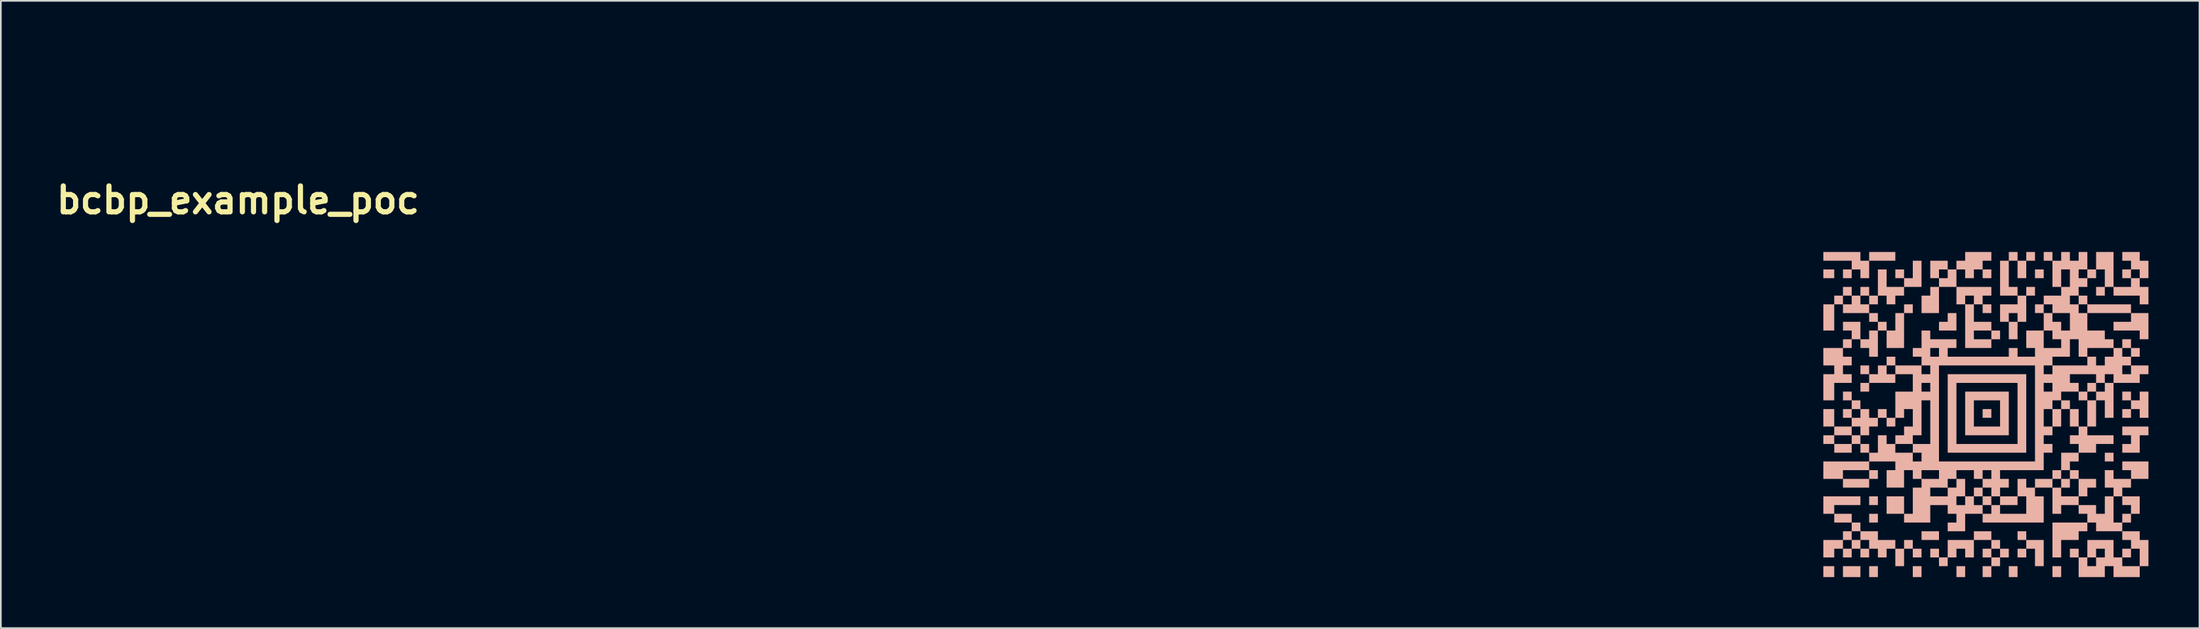
<source format=kicad_pcb>
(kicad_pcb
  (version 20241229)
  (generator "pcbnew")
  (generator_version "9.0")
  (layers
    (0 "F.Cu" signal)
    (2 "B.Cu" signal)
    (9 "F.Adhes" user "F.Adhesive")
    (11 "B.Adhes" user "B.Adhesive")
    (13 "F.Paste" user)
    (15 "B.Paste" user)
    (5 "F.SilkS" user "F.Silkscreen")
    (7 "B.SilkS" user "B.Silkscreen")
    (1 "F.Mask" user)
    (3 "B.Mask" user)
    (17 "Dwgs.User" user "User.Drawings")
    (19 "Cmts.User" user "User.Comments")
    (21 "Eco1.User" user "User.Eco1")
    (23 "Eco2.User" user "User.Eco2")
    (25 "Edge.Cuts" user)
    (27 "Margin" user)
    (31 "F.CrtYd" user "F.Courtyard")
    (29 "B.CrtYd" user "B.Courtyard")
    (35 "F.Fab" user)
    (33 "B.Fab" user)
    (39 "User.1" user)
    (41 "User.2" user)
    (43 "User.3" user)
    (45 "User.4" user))
  (footprint "bcbp_example_poc"
    (layer "F.Cu")
    (at 10.937 0.25)
    (property "Reference" "bcbp_example_poc" (at 0 8.459 0) (layer "F.SilkS") (effects (font (size 1.524 1.524) (thickness 0.305))))
    (attr exclude_from_pos_files exclude_from_bom)
    (fp_poly (pts (xy 93.463 13.046) (xy 93.784 13.046) (xy 93.784 12.789) (xy 93.784 12.533) (xy 93.463 12.533) (xy 93.143 12.533) (xy 93.143 12.789) (xy 93.143 13.046) (xy 93.463 13.046)) (stroke (width 0) (type solid)) (fill yes) (layer "B.SilkS"))
    (fp_poly (pts (xy 93.463 30.61) (xy 93.784 30.61) (xy 93.784 30.289) (xy 93.784 29.969) (xy 93.463 29.969) (xy 93.143 29.969) (xy 93.143 30.289) (xy 93.143 30.61) (xy 93.463 30.61)) (stroke (width 0) (type solid)) (fill yes) (layer "B.SilkS"))
    (fp_poly (pts (xy 94.809 30.61) (xy 95.322 30.61) (xy 95.322 30.289) (xy 95.322 29.969) (xy 94.809 29.969) (xy 94.296 29.969) (xy 94.296 30.289) (xy 94.296 30.61) (xy 94.809 30.61)) (stroke (width 0) (type solid)) (fill yes) (layer "B.SilkS"))
    (fp_poly (pts (xy 96.091 26.379) (xy 96.348 26.379) (xy 96.348 26.123) (xy 96.348 25.866) (xy 96.091 25.866) (xy 95.835 25.866) (xy 95.835 26.123) (xy 95.835 26.379) (xy 96.091 26.379)) (stroke (width 0) (type solid)) (fill yes) (layer "B.SilkS"))
    (fp_poly (pts (xy 96.091 27.405) (xy 96.348 27.405) (xy 96.348 27.148) (xy 96.348 26.892) (xy 96.091 26.892) (xy 95.835 26.892) (xy 95.835 27.148) (xy 95.835 27.405) (xy 96.091 27.405)) (stroke (width 0) (type solid)) (fill yes) (layer "B.SilkS"))
    (fp_poly (pts (xy 96.091 30.61) (xy 96.348 30.61) (xy 96.348 30.289) (xy 96.348 29.969) (xy 96.091 29.969) (xy 95.835 29.969) (xy 95.835 30.289) (xy 95.835 30.61) (xy 96.091 30.61)) (stroke (width 0) (type solid)) (fill yes) (layer "B.SilkS"))
    (fp_poly (pts (xy 98.655 30.61) (xy 98.912 30.61) (xy 98.912 30.289) (xy 98.912 29.969) (xy 98.655 29.969) (xy 98.399 29.969) (xy 98.399 30.289) (xy 98.399 30.61) (xy 98.655 30.61)) (stroke (width 0) (type solid)) (fill yes) (layer "B.SilkS"))
    (fp_poly (pts (xy 99.425 28.43) (xy 99.938 28.43) (xy 99.938 28.174) (xy 99.938 27.918) (xy 99.425 27.918) (xy 98.912 27.918) (xy 98.912 28.174) (xy 98.912 28.43) (xy 99.425 28.43)) (stroke (width 0) (type solid)) (fill yes) (layer "B.SilkS"))
    (fp_poly (pts (xy 101.22 30.61) (xy 101.476 30.61) (xy 101.476 30.289) (xy 101.476 29.969) (xy 101.22 29.969) (xy 100.963 29.969) (xy 100.963 30.289) (xy 100.963 30.61) (xy 101.22 30.61)) (stroke (width 0) (type solid)) (fill yes) (layer "B.SilkS"))
    (fp_poly (pts (xy 102.758 21.251) (xy 103.014 21.251) (xy 103.014 20.994) (xy 103.014 20.738) (xy 102.758 20.738) (xy 102.502 20.738) (xy 102.502 20.994) (xy 102.502 21.251) (xy 102.758 21.251)) (stroke (width 0) (type solid)) (fill yes) (layer "B.SilkS"))
    (fp_poly (pts (xy 104.04 26.379) (xy 104.553 26.379) (xy 104.553 26.123) (xy 104.553 25.866) (xy 104.04 25.866) (xy 103.527 25.866) (xy 103.527 26.123) (xy 103.527 26.379) (xy 104.04 26.379)) (stroke (width 0) (type solid)) (fill yes) (layer "B.SilkS"))
    (fp_poly (pts (xy 104.296 30.61) (xy 104.553 30.61) (xy 104.553 30.289) (xy 104.553 29.969) (xy 104.296 29.969) (xy 104.04 29.969) (xy 104.04 30.289) (xy 104.04 30.61) (xy 104.296 30.61)) (stroke (width 0) (type solid)) (fill yes) (layer "B.SilkS"))
    (fp_poly (pts (xy 105.835 13.046) (xy 106.091 13.046) (xy 106.091 12.789) (xy 106.091 12.533) (xy 105.835 12.533) (xy 105.579 12.533) (xy 105.579 12.789) (xy 105.579 13.046) (xy 105.835 13.046)) (stroke (width 0) (type solid)) (fill yes) (layer "B.SilkS"))
    (fp_poly (pts (xy 106.861 30.61) (xy 107.117 30.61) (xy 107.117 30.289) (xy 107.117 29.969) (xy 106.861 29.969) (xy 106.604 29.969) (xy 106.604 30.289) (xy 106.604 30.61) (xy 106.861 30.61)) (stroke (width 0) (type solid)) (fill yes) (layer "B.SilkS"))
    (fp_poly (pts (xy 109.938 23.815) (xy 110.194 23.815) (xy 110.194 23.559) (xy 110.194 23.302) (xy 109.938 23.302) (xy 109.681 23.302) (xy 109.681 23.559) (xy 109.681 23.815) (xy 109.938 23.815)) (stroke (width 0) (type solid)) (fill yes) (layer "B.SilkS"))
    (fp_poly (pts (xy 100.45 16.123) (xy 100.963 16.123) (xy 100.963 15.61) (xy 100.963 15.097) (xy 100.707 15.097) (xy 100.45 15.097) (xy 100.45 15.353) (xy 100.45 15.61) (xy 100.194 15.61) (xy 99.938 15.61) (xy 99.938 15.866) (xy 99.938 16.123) (xy 100.45 16.123)) (stroke (width 0) (type solid)) (fill yes) (layer "B.SilkS"))
    (fp_poly (pts (xy 102.758 26.379) (xy 103.014 26.379) (xy 103.014 26.123) (xy 103.014 25.866) (xy 102.758 25.866) (xy 102.502 25.866) (xy 102.502 25.61) (xy 102.502 25.353) (xy 102.245 25.353) (xy 101.989 25.353) (xy 101.989 25.61) (xy 101.989 25.866) (xy 102.245 25.866) (xy 102.502 25.866) (xy 102.502 26.123) (xy 102.502 26.379) (xy 102.758 26.379)) (stroke (width 0) (type solid)) (fill yes) (layer "B.SilkS"))
    (fp_poly (pts (xy 107.373 25.353) (xy 107.63 25.353) (xy 107.63 25.097) (xy 107.63 24.841) (xy 107.373 24.841) (xy 107.117 24.841) (xy 107.117 24.584) (xy 107.117 24.328) (xy 106.861 24.328) (xy 106.604 24.328) (xy 106.604 24.584) (xy 106.604 24.841) (xy 106.861 24.841) (xy 107.117 24.841) (xy 107.117 25.097) (xy 107.117 25.353) (xy 107.373 25.353)) (stroke (width 0) (type solid)) (fill yes) (layer "B.SilkS"))
    (fp_poly (pts (xy 108.399 20.225) (xy 108.655 20.225) (xy 108.655 19.969) (xy 108.655 19.712) (xy 108.912 19.712) (xy 109.168 19.712) (xy 109.168 19.456) (xy 109.168 19.2) (xy 108.912 19.2) (xy 108.655 19.2) (xy 108.655 19.456) (xy 108.655 19.712) (xy 108.399 19.712) (xy 108.143 19.712) (xy 108.143 19.969) (xy 108.143 20.225) (xy 108.399 20.225)) (stroke (width 0) (type solid)) (fill yes) (layer "B.SilkS"))
    (fp_poly (pts (xy 102.758 22.277) (xy 102.758 21.764) (xy 101.989 21.764) (xy 101.989 20.994) (xy 101.989 20.225) (xy 102.758 20.225) (xy 103.527 20.225) (xy 103.527 20.994) (xy 103.527 21.764) (xy 102.758 21.764) (xy 102.758 22.277) (xy 104.04 22.277) (xy 104.04 20.994) (xy 104.04 19.712) (xy 102.758 19.712) (xy 101.476 19.712) (xy 101.476 20.994) (xy 101.476 22.277) (xy 102.758 22.277)) (stroke (width 0) (type solid)) (fill yes) (layer "B.SilkS"))
    (fp_poly (pts (xy 102.758 23.302) (xy 102.758 22.789) (xy 100.963 22.789) (xy 100.963 20.994) (xy 100.963 19.2) (xy 102.758 19.2) (xy 104.553 19.2) (xy 104.553 20.994) (xy 104.553 22.789) (xy 102.758 22.789) (xy 102.758 23.302) (xy 105.066 23.302) (xy 105.066 20.994) (xy 105.066 18.687) (xy 102.758 18.687) (xy 100.45 18.687) (xy 100.45 20.994) (xy 100.45 23.302) (xy 102.758 23.302)) (stroke (width 0) (type solid)) (fill yes) (layer "B.SilkS"))
    (fp_poly (pts (xy 111.22 23.302) (xy 111.732 23.302) (xy 111.732 22.789) (xy 111.732 22.277) (xy 111.989 22.277) (xy 112.245 22.277) (xy 112.245 22.02) (xy 112.245 21.764) (xy 111.476 21.764) (xy 110.707 21.764) (xy 110.707 22.02) (xy 110.707 22.277) (xy 110.963 22.277) (xy 111.22 22.277) (xy 111.22 22.533) (xy 111.22 22.789) (xy 110.963 22.789) (xy 110.707 22.789) (xy 110.707 23.046) (xy 110.707 23.302) (xy 111.22 23.302)) (stroke (width 0) (type solid)) (fill yes) (layer "B.SilkS"))
    (fp_poly (pts (xy 107.886 21.764) (xy 108.143 21.764) (xy 108.143 21.251) (xy 108.143 20.738) (xy 107.886 20.738) (xy 107.63 20.738) (xy 107.63 20.482) (xy 107.63 20.225) (xy 107.373 20.225) (xy 107.117 20.225) (xy 107.117 20.482) (xy 107.117 20.738) (xy 106.861 20.738) (xy 106.604 20.738) (xy 106.604 21.251) (xy 106.604 21.764) (xy 106.861 21.764) (xy 107.117 21.764) (xy 107.117 21.251) (xy 107.117 20.738) (xy 107.373 20.738) (xy 107.63 20.738) (xy 107.63 21.251) (xy 107.63 21.764) (xy 107.886 21.764)) (stroke (width 0) (type solid)) (fill yes) (layer "B.SilkS"))
    (fp_poly (pts (xy 105.835 29.969) (xy 106.091 29.969) (xy 106.091 29.2) (xy 106.091 28.43) (xy 105.579 28.43) (xy 105.066 28.43) (xy 105.066 28.174) (xy 105.066 27.918) (xy 104.809 27.918) (xy 104.553 27.918) (xy 104.553 28.174) (xy 104.553 28.43) (xy 104.809 28.43) (xy 105.066 28.43) (xy 105.066 28.687) (xy 105.066 28.943) (xy 104.809 28.943) (xy 104.553 28.943) (xy 104.553 29.2) (xy 104.553 29.456) (xy 104.809 29.456) (xy 105.066 29.456) (xy 105.066 29.2) (xy 105.066 28.943) (xy 105.322 28.943) (xy 105.579 28.943) (xy 105.579 29.456) (xy 105.579 29.969) (xy 105.835 29.969)) (stroke (width 0) (type solid)) (fill yes) (layer "B.SilkS"))
    (fp_poly (pts (xy 111.989 21.251) (xy 112.245 21.251) (xy 112.245 20.482) (xy 112.245 19.712) (xy 111.989 19.712) (xy 111.732 19.712) (xy 111.732 19.969) (xy 111.732 20.225) (xy 111.476 20.225) (xy 111.22 20.225) (xy 111.22 19.969) (xy 111.22 19.712) (xy 110.963 19.712) (xy 110.707 19.712) (xy 110.707 19.969) (xy 110.707 20.225) (xy 110.963 20.225) (xy 111.22 20.225) (xy 111.22 20.482) (xy 111.22 20.738) (xy 110.963 20.738) (xy 110.707 20.738) (xy 110.707 20.994) (xy 110.707 21.251) (xy 110.963 21.251) (xy 111.22 21.251) (xy 111.22 20.994) (xy 111.22 20.738) (xy 111.476 20.738) (xy 111.732 20.738) (xy 111.732 20.994) (xy 111.732 21.251) (xy 111.989 21.251)) (stroke (width 0) (type solid)) (fill yes) (layer "B.SilkS"))
    (fp_poly (pts (xy 95.579 13.046) (xy 95.835 13.046) (xy 95.835 12.533) (xy 95.835 12.02) (xy 96.604 12.02) (xy 97.373 12.02) (xy 97.373 11.764) (xy 97.373 11.507) (xy 96.604 11.507) (xy 95.835 11.507) (xy 95.835 11.764) (xy 95.835 12.02) (xy 95.579 12.02) (xy 95.322 12.02) (xy 95.322 11.764) (xy 95.322 11.507) (xy 94.232 11.507) (xy 93.143 11.507) (xy 93.143 11.764) (xy 93.143 12.02) (xy 93.976 12.02) (xy 94.809 12.02) (xy 94.809 12.277) (xy 94.809 12.533) (xy 94.553 12.533) (xy 94.296 12.533) (xy 94.296 12.789) (xy 94.296 13.046) (xy 94.553 13.046) (xy 94.809 13.046) (xy 94.809 12.789) (xy 94.809 12.533) (xy 95.066 12.533) (xy 95.322 12.533) (xy 95.322 12.789) (xy 95.322 13.046) (xy 95.579 13.046)) (stroke (width 0) (type solid)) (fill yes) (layer "B.SilkS"))
    (fp_poly (pts (xy 104.296 16.636) (xy 104.296 15.61) (xy 104.04 15.61) (xy 104.04 15.353) (xy 104.04 15.097) (xy 104.296 15.097) (xy 104.553 15.097) (xy 104.553 15.353) (xy 104.553 15.61) (xy 104.296 15.61) (xy 104.296 16.636) (xy 104.553 16.636) (xy 104.553 16.123) (xy 104.553 15.61) (xy 104.809 15.61) (xy 105.066 15.61) (xy 105.066 14.841) (xy 105.066 14.071) (xy 105.322 14.071) (xy 105.579 14.071) (xy 105.579 13.815) (xy 105.579 13.559) (xy 105.322 13.559) (xy 105.066 13.559) (xy 105.066 13.815) (xy 105.066 14.071) (xy 104.809 14.071) (xy 104.553 14.071) (xy 104.553 13.815) (xy 104.553 13.559) (xy 104.296 13.559) (xy 104.04 13.559) (xy 104.04 12.789) (xy 104.04 12.02) (xy 104.296 12.02) (xy 104.553 12.02) (xy 104.553 12.533) (xy 104.553 13.046) (xy 104.809 13.046) (xy 105.066 13.046) (xy 105.066 12.533) (xy 105.066 12.02) (xy 105.322 12.02) (xy 105.579 12.02) (xy 105.579 11.764) (xy 105.579 11.507) (xy 105.322 11.507) (xy 105.066 11.507) (xy 105.066 11.764) (xy 105.066 12.02) (xy 104.809 12.02) (xy 104.553 12.02) (xy 104.553 11.764) (xy 104.553 11.507) (xy 104.296 11.507) (xy 104.04 11.507) (xy 104.04 11.764) (xy 104.04 12.02) (xy 103.784 12.02) (xy 103.527 12.02) (xy 103.527 13.046) (xy 103.527 14.071) (xy 104.04 14.071) (xy 104.553 14.071) (xy 104.553 14.328) (xy 104.553 14.584) (xy 104.04 14.584) (xy 103.527 14.584) (xy 103.527 15.097) (xy 103.527 15.61) (xy 103.784 15.61) (xy 104.04 15.61) (xy 104.04 16.123) (xy 104.04 16.636) (xy 104.296 16.636)) (stroke (width 0) (type solid)) (fill yes) (layer "B.SilkS"))
    (fp_poly (pts (xy 102.758 30.61) (xy 103.014 30.61) (xy 103.014 30.289) (xy 103.014 29.969) (xy 103.271 29.969) (xy 103.271 29.456) (xy 103.014 29.456) (xy 103.014 29.2) (xy 103.014 28.943) (xy 103.271 28.943) (xy 103.527 28.943) (xy 103.527 29.2) (xy 103.527 29.456) (xy 103.271 29.456) (xy 103.271 29.969) (xy 103.527 29.969) (xy 103.527 29.712) (xy 103.527 29.456) (xy 103.784 29.456) (xy 104.04 29.456) (xy 104.04 29.2) (xy 104.04 28.943) (xy 103.784 28.943) (xy 103.527 28.943) (xy 103.527 28.687) (xy 103.527 28.43) (xy 103.271 28.43) (xy 103.014 28.43) (xy 103.014 28.174) (xy 103.014 27.918) (xy 102.502 27.918) (xy 101.989 27.918) (xy 101.989 28.174) (xy 101.989 28.43) (xy 101.22 28.43) (xy 100.45 28.43) (xy 100.45 28.943) (xy 100.45 29.456) (xy 100.194 29.456) (xy 99.938 29.456) (xy 99.938 29.2) (xy 99.938 28.943) (xy 99.681 28.943) (xy 99.425 28.943) (xy 99.425 29.2) (xy 99.425 29.456) (xy 99.681 29.456) (xy 99.938 29.456) (xy 99.938 29.712) (xy 99.938 29.969) (xy 100.194 29.969) (xy 100.45 29.969) (xy 100.45 29.712) (xy 100.45 29.456) (xy 100.707 29.456) (xy 100.963 29.456) (xy 100.963 29.2) (xy 100.963 28.943) (xy 101.22 28.943) (xy 101.476 28.943) (xy 101.476 29.2) (xy 101.476 29.456) (xy 101.732 29.456) (xy 101.989 29.456) (xy 101.989 28.943) (xy 101.989 28.43) (xy 102.502 28.43) (xy 103.014 28.43) (xy 103.014 28.687) (xy 103.014 28.943) (xy 102.758 28.943) (xy 102.502 28.943) (xy 102.502 29.2) (xy 102.502 29.456) (xy 102.758 29.456) (xy 103.014 29.456) (xy 103.014 29.712) (xy 103.014 29.969) (xy 102.758 29.969) (xy 102.502 29.969) (xy 102.502 30.289) (xy 102.502 30.61) (xy 102.758 30.61)) (stroke (width 0) (type solid)) (fill yes) (layer "B.SilkS"))
    (fp_poly (pts (xy 97.63 29.969) (xy 97.886 29.969) (xy 97.886 29.456) (xy 97.886 28.943) (xy 98.143 28.943) (xy 98.399 28.943) (xy 98.399 29.2) (xy 98.399 29.456) (xy 98.655 29.456) (xy 98.912 29.456) (xy 98.912 29.2) (xy 98.912 28.943) (xy 98.655 28.943) (xy 98.399 28.943) (xy 98.399 28.687) (xy 98.399 28.43) (xy 98.143 28.43) (xy 97.886 28.43) (xy 97.886 28.687) (xy 97.886 28.943) (xy 97.63 28.943) (xy 97.373 28.943) (xy 97.373 28.687) (xy 97.373 28.43) (xy 96.861 28.43) (xy 96.348 28.43) (xy 96.348 28.174) (xy 96.348 27.918) (xy 95.835 27.918) (xy 95.322 27.918) (xy 95.322 27.661) (xy 95.322 27.405) (xy 95.066 27.405) (xy 94.809 27.405) (xy 94.809 27.148) (xy 94.809 26.892) (xy 94.296 26.892) (xy 93.784 26.892) (xy 93.784 26.636) (xy 93.784 26.379) (xy 94.553 26.379) (xy 95.322 26.379) (xy 95.322 26.123) (xy 95.322 25.866) (xy 94.232 25.866) (xy 93.143 25.866) (xy 93.143 26.379) (xy 93.143 26.892) (xy 93.463 26.892) (xy 93.784 26.892) (xy 93.784 27.148) (xy 93.784 27.405) (xy 94.296 27.405) (xy 94.809 27.405) (xy 94.809 27.661) (xy 94.809 27.918) (xy 94.553 27.918) (xy 94.296 27.918) (xy 94.296 28.174) (xy 94.296 28.43) (xy 93.72 28.43) (xy 93.143 28.43) (xy 93.143 28.943) (xy 93.143 29.456) (xy 93.463 29.456) (xy 93.784 29.456) (xy 93.784 29.2) (xy 93.784 28.943) (xy 94.04 28.943) (xy 94.296 28.943) (xy 94.296 29.2) (xy 94.296 29.456) (xy 94.553 29.456) (xy 94.809 29.456) (xy 94.809 29.2) (xy 94.809 28.943) (xy 95.066 28.943) (xy 95.322 28.943) (xy 95.322 29.2) (xy 95.322 29.456) (xy 95.579 29.456) (xy 95.579 28.943) (xy 95.322 28.943) (xy 95.322 28.687) (xy 95.322 28.43) (xy 95.066 28.43) (xy 94.809 28.43) (xy 94.809 28.687) (xy 94.809 28.943) (xy 94.553 28.943) (xy 94.296 28.943) (xy 94.296 28.687) (xy 94.296 28.43) (xy 94.553 28.43) (xy 94.809 28.43) (xy 94.809 28.174) (xy 94.809 27.918) (xy 95.066 27.918) (xy 95.322 27.918) (xy 95.322 28.174) (xy 95.322 28.43) (xy 95.579 28.43) (xy 95.835 28.43) (xy 95.835 28.687) (xy 95.835 28.943) (xy 95.579 28.943) (xy 95.579 29.456) (xy 95.835 29.456) (xy 95.835 29.2) (xy 95.835 28.943) (xy 96.091 28.943) (xy 96.348 28.943) (xy 96.348 29.2) (xy 96.348 29.456) (xy 96.604 29.456) (xy 96.861 29.456) (xy 96.861 29.2) (xy 96.861 28.943) (xy 97.117 28.943) (xy 97.373 28.943) (xy 97.373 29.456) (xy 97.373 29.969) (xy 97.63 29.969)) (stroke (width 0) (type solid)) (fill yes) (layer "B.SilkS"))
    (fp_poly (pts (xy 102.245 17.148) (xy 101.732 17.148) (xy 101.732 14.584) (xy 101.476 14.584) (xy 101.476 14.328) (xy 101.476 14.071) (xy 101.732 14.071) (xy 101.989 14.071) (xy 101.989 14.328) (xy 101.989 14.584) (xy 101.732 14.584) (xy 101.732 17.148) (xy 102.502 17.148) (xy 102.502 16.636) (xy 101.989 16.636) (xy 101.989 16.379) (xy 101.989 16.123) (xy 102.502 16.123) (xy 103.014 16.123) (xy 103.014 16.379) (xy 103.014 16.636) (xy 102.502 16.636) (xy 102.502 17.148) (xy 103.014 17.148) (xy 103.014 16.892) (xy 103.014 16.636) (xy 103.271 16.636) (xy 103.527 16.636) (xy 103.527 16.379) (xy 103.527 16.123) (xy 103.271 16.123) (xy 103.014 16.123) (xy 103.014 15.866) (xy 103.014 15.61) (xy 102.502 15.61) (xy 101.989 15.61) (xy 101.989 15.097) (xy 101.989 14.584) (xy 102.245 14.584) (xy 102.502 14.584) (xy 102.502 14.841) (xy 102.502 15.097) (xy 102.758 15.097) (xy 103.014 15.097) (xy 103.014 14.841) (xy 103.014 14.584) (xy 102.758 14.584) (xy 102.502 14.584) (xy 102.502 14.328) (xy 102.502 14.071) (xy 102.758 14.071) (xy 103.014 14.071) (xy 103.014 13.815) (xy 103.014 13.559) (xy 101.989 13.559) (xy 100.963 13.559) (xy 100.963 13.046) (xy 100.963 12.533) (xy 101.22 12.533) (xy 101.476 12.533) (xy 101.476 12.789) (xy 101.476 13.046) (xy 101.732 13.046) (xy 101.989 13.046) (xy 101.989 12.789) (xy 101.989 12.533) (xy 102.245 12.533) (xy 102.502 12.533) (xy 102.502 12.789) (xy 102.502 13.046) (xy 102.758 13.046) (xy 103.014 13.046) (xy 103.014 12.789) (xy 103.014 12.533) (xy 102.758 12.533) (xy 102.502 12.533) (xy 102.502 12.277) (xy 102.502 12.02) (xy 102.758 12.02) (xy 103.014 12.02) (xy 103.014 11.764) (xy 103.014 11.507) (xy 102.245 11.507) (xy 101.476 11.507) (xy 101.476 11.764) (xy 101.476 12.02) (xy 101.22 12.02) (xy 100.963 12.02) (xy 100.963 12.277) (xy 100.963 12.533) (xy 100.707 12.533) (xy 100.45 12.533) (xy 100.45 12.277) (xy 100.45 12.02) (xy 99.938 12.02) (xy 99.425 12.02) (xy 99.425 12.533) (xy 99.425 13.046) (xy 99.681 13.046) (xy 99.938 13.046) (xy 99.938 13.302) (xy 99.938 13.559) (xy 100.194 13.559) (xy 100.194 13.046) (xy 99.938 13.046) (xy 99.938 12.789) (xy 99.938 12.533) (xy 100.194 12.533) (xy 100.45 12.533) (xy 100.45 12.789) (xy 100.45 13.046) (xy 100.194 13.046) (xy 100.194 13.559) (xy 99.681 13.559) (xy 99.425 13.559) (xy 99.425 13.815) (xy 99.425 14.071) (xy 99.168 14.071) (xy 98.912 14.071) (xy 98.912 14.584) (xy 98.912 15.097) (xy 99.425 15.097) (xy 99.938 15.097) (xy 99.938 14.328) (xy 99.938 13.559) (xy 100.45 13.559) (xy 100.963 13.559) (xy 100.963 14.071) (xy 100.963 14.584) (xy 101.22 14.584) (xy 101.476 14.584) (xy 101.476 15.866) (xy 101.476 17.148) (xy 102.245 17.148)) (stroke (width 0) (type solid)) (fill yes) (layer "B.SilkS"))
    (fp_poly (pts (xy 93.463 20.225) (xy 93.784 20.225) (xy 93.784 19.712) (xy 93.784 19.2) (xy 94.296 19.2) (xy 94.809 19.2) (xy 94.809 18.943) (xy 94.809 18.687) (xy 94.553 18.687) (xy 94.296 18.687) (xy 94.296 18.43) (xy 94.296 18.174) (xy 94.553 18.174) (xy 94.809 18.174) (xy 94.809 17.918) (xy 94.809 17.661) (xy 94.553 17.661) (xy 94.296 17.661) (xy 94.296 17.405) (xy 94.296 17.148) (xy 94.553 17.148) (xy 94.809 17.148) (xy 94.809 16.892) (xy 94.809 16.636) (xy 95.066 16.636) (xy 95.322 16.636) (xy 95.322 16.892) (xy 95.322 17.148) (xy 95.579 17.148) (xy 95.835 17.148) (xy 95.835 17.405) (xy 95.835 17.661) (xy 96.091 17.661) (xy 96.348 17.661) (xy 96.348 16.892) (xy 96.348 16.123) (xy 96.604 16.123) (xy 96.861 16.123) (xy 96.861 16.636) (xy 96.861 17.148) (xy 97.373 17.148) (xy 97.886 17.148) (xy 97.886 16.123) (xy 97.886 15.097) (xy 98.143 15.097) (xy 98.399 15.097) (xy 98.399 14.841) (xy 98.399 14.584) (xy 98.143 14.584) (xy 97.886 14.584) (xy 97.886 14.841) (xy 97.886 15.097) (xy 97.63 15.097) (xy 97.373 15.097) (xy 97.373 15.61) (xy 97.373 16.123) (xy 97.117 16.123) (xy 96.861 16.123) (xy 96.861 15.866) (xy 96.861 15.61) (xy 96.604 15.61) (xy 96.348 15.61) (xy 96.348 15.353) (xy 96.348 15.097) (xy 96.091 15.097) (xy 95.835 15.097) (xy 95.835 14.841) (xy 95.835 14.584) (xy 96.091 14.584) (xy 96.348 14.584) (xy 96.348 14.328) (xy 96.348 14.071) (xy 96.604 14.071) (xy 96.861 14.071) (xy 96.861 14.328) (xy 96.861 14.584) (xy 97.117 14.584) (xy 97.373 14.584) (xy 97.373 14.328) (xy 97.373 14.071) (xy 97.63 14.071) (xy 97.886 14.071) (xy 97.886 13.815) (xy 97.886 13.559) (xy 98.399 13.559) (xy 98.912 13.559) (xy 98.912 12.789) (xy 98.912 12.02) (xy 98.655 12.02) (xy 98.399 12.02) (xy 98.399 12.533) (xy 98.399 13.046) (xy 98.143 13.046) (xy 97.886 13.046) (xy 97.886 12.789) (xy 97.886 12.533) (xy 97.63 12.533) (xy 97.373 12.533) (xy 97.373 12.789) (xy 97.373 13.046) (xy 97.63 13.046) (xy 97.886 13.046) (xy 97.886 13.302) (xy 97.886 13.559) (xy 97.373 13.559) (xy 96.861 13.559) (xy 96.861 13.046) (xy 96.861 12.533) (xy 96.604 12.533) (xy 96.348 12.533) (xy 96.348 13.302) (xy 96.348 14.071) (xy 96.091 14.071) (xy 95.835 14.071) (xy 95.835 13.815) (xy 95.835 13.559) (xy 95.579 13.559) (xy 95.322 13.559) (xy 95.322 13.815) (xy 95.322 14.071) (xy 95.066 14.071) (xy 94.809 14.071) (xy 94.809 13.815) (xy 94.809 13.559) (xy 94.553 13.559) (xy 94.296 13.559) (xy 94.296 13.815) (xy 94.296 14.071) (xy 94.04 14.071) (xy 93.784 14.071) (xy 93.784 14.328) (xy 93.784 14.584) (xy 93.463 14.584) (xy 93.143 14.584) (xy 93.143 15.353) (xy 93.143 16.123) (xy 93.463 16.123) (xy 93.784 16.123) (xy 93.784 15.353) (xy 93.784 14.584) (xy 94.04 14.584) (xy 94.296 14.584) (xy 94.296 14.841) (xy 94.296 15.097) (xy 94.553 15.097) (xy 94.553 14.584) (xy 94.296 14.584) (xy 94.296 14.328) (xy 94.296 14.071) (xy 94.553 14.071) (xy 94.809 14.071) (xy 94.809 14.328) (xy 94.809 14.584) (xy 94.553 14.584) (xy 94.553 15.097) (xy 95.066 15.097) (xy 95.579 15.097) (xy 95.579 14.584) (xy 95.322 14.584) (xy 95.322 14.328) (xy 95.322 14.071) (xy 95.579 14.071) (xy 95.835 14.071) (xy 95.835 14.328) (xy 95.835 14.584) (xy 95.579 14.584) (xy 95.579 15.097) (xy 95.835 15.097) (xy 95.835 15.353) (xy 95.835 15.61) (xy 96.091 15.61) (xy 96.348 15.61) (xy 96.348 15.866) (xy 96.348 16.123) (xy 96.091 16.123) (xy 95.835 16.123) (xy 95.835 16.379) (xy 95.835 16.636) (xy 95.579 16.636) (xy 95.322 16.636) (xy 95.322 16.123) (xy 95.322 15.61) (xy 94.809 15.61) (xy 94.296 15.61) (xy 94.296 15.866) (xy 94.296 16.123) (xy 94.553 16.123) (xy 94.809 16.123) (xy 94.809 16.379) (xy 94.809 16.636) (xy 94.553 16.636) (xy 94.296 16.636) (xy 94.296 16.892) (xy 94.296 17.148) (xy 93.72 17.148) (xy 93.143 17.148) (xy 93.143 17.661) (xy 93.143 18.174) (xy 93.463 18.174) (xy 93.784 18.174) (xy 93.784 18.43) (xy 93.784 18.687) (xy 93.463 18.687) (xy 93.143 18.687) (xy 93.143 19.456) (xy 93.143 20.225) (xy 93.463 20.225)) (stroke (width 0) (type solid)) (fill yes) (layer "B.SilkS"))
    (fp_poly (pts (xy 110.963 30.61) (xy 111.22 30.61) (xy 111.22 29.969) (xy 110.707 29.969) (xy 110.707 29.712) (xy 110.707 29.456) (xy 110.963 29.456) (xy 111.22 29.456) (xy 111.22 29.2) (xy 111.22 28.943) (xy 111.476 28.943) (xy 111.732 28.943) (xy 111.732 29.456) (xy 111.732 29.969) (xy 111.22 29.969) (xy 111.22 30.61) (xy 111.732 30.61) (xy 111.732 30.289) (xy 111.732 29.969) (xy 111.989 29.969) (xy 112.245 29.969) (xy 112.245 29.2) (xy 112.245 28.43) (xy 111.989 28.43) (xy 111.732 28.43) (xy 111.732 28.174) (xy 111.732 27.918) (xy 111.22 27.918) (xy 110.707 27.918) (xy 110.707 27.661) (xy 110.707 27.405) (xy 110.963 27.405) (xy 111.22 27.405) (xy 111.22 27.148) (xy 111.22 26.892) (xy 111.476 26.892) (xy 111.732 26.892) (xy 111.732 26.379) (xy 111.732 25.866) (xy 111.22 25.866) (xy 110.707 25.866) (xy 110.707 25.61) (xy 110.707 25.353) (xy 110.963 25.353) (xy 111.22 25.353) (xy 111.22 25.097) (xy 111.22 24.841) (xy 111.732 24.841) (xy 112.245 24.841) (xy 112.245 24.328) (xy 112.245 23.815) (xy 111.476 23.815) (xy 110.707 23.815) (xy 110.707 24.071) (xy 110.707 24.328) (xy 110.963 24.328) (xy 111.22 24.328) (xy 111.22 24.584) (xy 111.22 24.841) (xy 110.707 24.841) (xy 110.194 24.841) (xy 110.194 24.584) (xy 110.194 24.328) (xy 109.938 24.328) (xy 109.681 24.328) (xy 109.681 24.841) (xy 109.681 25.353) (xy 109.938 25.353) (xy 110.194 25.353) (xy 110.194 25.61) (xy 110.194 25.866) (xy 109.938 25.866) (xy 109.681 25.866) (xy 109.681 26.379) (xy 109.681 26.892) (xy 109.425 26.892) (xy 109.168 26.892) (xy 109.168 26.636) (xy 109.168 26.379) (xy 108.655 26.379) (xy 108.143 26.379) (xy 108.143 26.123) (xy 108.143 25.866) (xy 108.399 25.866) (xy 108.655 25.866) (xy 108.655 25.61) (xy 108.655 25.353) (xy 108.912 25.353) (xy 109.168 25.353) (xy 109.168 25.097) (xy 109.168 24.841) (xy 108.655 24.841) (xy 108.143 24.841) (xy 108.143 24.584) (xy 108.143 24.328) (xy 107.886 24.328) (xy 107.63 24.328) (xy 107.63 24.071) (xy 107.63 23.815) (xy 107.886 23.815) (xy 108.143 23.815) (xy 108.143 23.559) (xy 108.143 23.302) (xy 108.655 23.302) (xy 109.168 23.302) (xy 109.168 23.046) (xy 109.168 22.789) (xy 109.681 22.789) (xy 110.194 22.789) (xy 110.194 22.533) (xy 110.194 22.277) (xy 109.425 22.277) (xy 108.655 22.277) (xy 108.655 22.02) (xy 108.655 21.764) (xy 108.912 21.764) (xy 109.168 21.764) (xy 109.168 20.994) (xy 109.168 20.225) (xy 109.425 20.225) (xy 109.681 20.225) (xy 109.681 20.738) (xy 109.681 21.251) (xy 109.938 21.251) (xy 110.194 21.251) (xy 110.194 20.225) (xy 110.194 19.2) (xy 110.963 19.2) (xy 110.963 18.687) (xy 110.707 18.687) (xy 110.707 18.43) (xy 110.707 18.174) (xy 110.963 18.174) (xy 110.963 17.661) (xy 110.707 17.661) (xy 110.707 17.405) (xy 110.707 17.148) (xy 110.963 17.148) (xy 111.22 17.148) (xy 111.22 17.405) (xy 111.22 17.661) (xy 110.963 17.661) (xy 110.963 18.174) (xy 111.22 18.174) (xy 111.22 18.43) (xy 111.22 18.687) (xy 110.963 18.687) (xy 110.963 19.2) (xy 111.732 19.2) (xy 111.732 18.943) (xy 111.732 18.687) (xy 111.989 18.687) (xy 112.245 18.687) (xy 112.245 18.43) (xy 112.245 18.174) (xy 111.732 18.174) (xy 111.22 18.174) (xy 111.22 17.918) (xy 111.22 17.661) (xy 111.476 17.661) (xy 111.732 17.661) (xy 111.732 17.405) (xy 111.732 17.148) (xy 111.476 17.148) (xy 111.22 17.148) (xy 111.22 16.892) (xy 111.22 16.636) (xy 110.963 16.636) (xy 110.707 16.636) (xy 110.707 16.892) (xy 110.707 17.148) (xy 110.45 17.148) (xy 110.194 17.148) (xy 110.194 16.892) (xy 110.194 16.636) (xy 109.938 16.636) (xy 109.681 16.636) (xy 109.681 16.379) (xy 109.681 16.123) (xy 109.168 16.123) (xy 108.655 16.123) (xy 108.655 15.61) (xy 108.655 15.097) (xy 109.938 15.097) (xy 111.22 15.097) (xy 111.22 15.353) (xy 111.22 15.61) (xy 110.707 15.61) (xy 110.194 15.61) (xy 110.194 15.866) (xy 110.194 16.123) (xy 110.963 16.123) (xy 111.732 16.123) (xy 111.732 16.379) (xy 111.732 16.636) (xy 111.989 16.636) (xy 112.245 16.636) (xy 112.245 15.866) (xy 112.245 15.097) (xy 111.732 15.097) (xy 111.22 15.097) (xy 111.22 14.841) (xy 111.22 14.584) (xy 109.938 14.584) (xy 108.655 14.584) (xy 108.655 14.328) (xy 108.655 14.071) (xy 108.399 14.071) (xy 108.143 14.071) (xy 108.143 13.815) (xy 108.143 13.559) (xy 108.399 13.559) (xy 108.399 13.046) (xy 108.143 13.046) (xy 108.143 12.789) (xy 108.143 12.533) (xy 108.399 12.533) (xy 108.655 12.533) (xy 108.655 12.789) (xy 108.655 13.046) (xy 108.399 13.046) (xy 108.399 13.559) (xy 108.655 13.559) (xy 108.655 13.302) (xy 108.655 13.046) (xy 108.912 13.046) (xy 109.168 13.046) (xy 109.168 12.789) (xy 109.168 12.533) (xy 109.425 12.533) (xy 109.681 12.533) (xy 109.681 13.046) (xy 109.681 13.559) (xy 109.425 13.559) (xy 109.168 13.559) (xy 109.168 13.815) (xy 109.168 14.071) (xy 109.425 14.071) (xy 109.681 14.071) (xy 109.681 13.815) (xy 109.681 13.559) (xy 109.938 13.559) (xy 110.194 13.559) (xy 110.194 13.815) (xy 110.194 14.071) (xy 110.963 14.071) (xy 111.476 14.071) (xy 111.476 13.046) (xy 111.22 13.046) (xy 111.22 12.789) (xy 111.22 12.533) (xy 111.476 12.533) (xy 111.732 12.533) (xy 111.732 12.789) (xy 111.732 13.046) (xy 111.476 13.046) (xy 111.476 14.071) (xy 111.732 14.071) (xy 111.732 14.328) (xy 111.732 14.584) (xy 111.989 14.584) (xy 112.245 14.584) (xy 112.245 14.071) (xy 112.245 13.559) (xy 111.989 13.559) (xy 111.732 13.559) (xy 111.732 13.302) (xy 111.732 13.046) (xy 111.989 13.046) (xy 112.245 13.046) (xy 112.245 12.533) (xy 112.245 12.02) (xy 111.989 12.02) (xy 111.732 12.02) (xy 111.732 11.764) (xy 111.732 11.507) (xy 111.22 11.507) (xy 110.707 11.507) (xy 110.707 11.764) (xy 110.707 12.02) (xy 110.963 12.02) (xy 111.22 12.02) (xy 111.22 12.277) (xy 111.22 12.533) (xy 110.963 12.533) (xy 110.707 12.533) (xy 110.707 12.789) (xy 110.707 13.046) (xy 110.963 13.046) (xy 111.22 13.046) (xy 111.22 13.302) (xy 111.22 13.559) (xy 110.707 13.559) (xy 110.194 13.559) (xy 110.194 12.533) (xy 110.194 11.507) (xy 109.681 11.507) (xy 109.168 11.507) (xy 109.168 12.02) (xy 109.168 12.533) (xy 108.912 12.533) (xy 108.655 12.533) (xy 108.655 12.02) (xy 108.655 11.507) (xy 108.399 11.507) (xy 108.143 11.507) (xy 108.143 11.764) (xy 108.143 12.02) (xy 107.886 12.02) (xy 107.63 12.02) (xy 107.63 11.764) (xy 107.63 11.507) (xy 107.373 11.507) (xy 107.117 11.507) (xy 107.117 11.764) (xy 107.117 12.02) (xy 106.861 12.02) (xy 106.604 12.02) (xy 106.604 11.764) (xy 106.604 11.507) (xy 106.348 11.507) (xy 106.091 11.507) (xy 106.091 11.764) (xy 106.091 12.02) (xy 106.348 12.02) (xy 106.604 12.02) (xy 106.604 12.789) (xy 106.604 13.559) (xy 106.861 13.559) (xy 107.117 13.559) (xy 107.117 13.815) (xy 107.117 14.071) (xy 106.604 14.071) (xy 106.091 14.071) (xy 106.091 14.328) (xy 106.091 14.584) (xy 105.835 14.584) (xy 105.579 14.584) (xy 105.579 14.841) (xy 105.579 15.097) (xy 105.835 15.097) (xy 106.091 15.097) (xy 106.091 15.61) (xy 106.091 16.123) (xy 105.579 16.123) (xy 105.066 16.123) (xy 105.066 16.636) (xy 105.066 17.148) (xy 105.322 17.148) (xy 105.579 17.148) (xy 105.579 17.405) (xy 105.579 17.661) (xy 105.066 17.661) (xy 104.553 17.661) (xy 104.553 17.405) (xy 104.553 17.148) (xy 104.296 17.148) (xy 104.04 17.148) (xy 104.04 17.405) (xy 104.04 17.661) (xy 102.245 17.661) (xy 100.45 17.661) (xy 100.45 17.405) (xy 100.45 17.148) (xy 100.707 17.148) (xy 100.963 17.148) (xy 100.963 16.892) (xy 100.963 16.636) (xy 100.194 16.636) (xy 99.425 16.636) (xy 99.425 16.379) (xy 99.425 16.123) (xy 99.168 16.123) (xy 98.912 16.123) (xy 98.912 16.636) (xy 98.912 17.148) (xy 98.655 17.148) (xy 98.399 17.148) (xy 98.399 17.405) (xy 98.399 17.661) (xy 98.655 17.661) (xy 98.912 17.661) (xy 98.912 17.918) (xy 98.912 18.174) (xy 98.143 18.174) (xy 97.373 18.174) (xy 97.373 17.918) (xy 97.373 17.661) (xy 97.117 17.661) (xy 96.861 17.661) (xy 96.861 17.918) (xy 96.861 18.174) (xy 96.604 18.174) (xy 96.348 18.174) (xy 96.348 18.43) (xy 96.348 18.687) (xy 96.091 18.687) (xy 95.835 18.687) (xy 95.835 18.43) (xy 95.835 18.174) (xy 95.579 18.174) (xy 95.322 18.174) (xy 95.322 18.43) (xy 95.322 18.687) (xy 95.579 18.687) (xy 95.835 18.687) (xy 95.835 18.943) (xy 95.835 19.2) (xy 95.579 19.2) (xy 95.322 19.2) (xy 95.322 19.456) (xy 95.322 19.712) (xy 95.579 19.712) (xy 95.835 19.712) (xy 95.835 19.456) (xy 95.835 19.2) (xy 96.604 19.2) (xy 97.117 19.2) (xy 97.117 18.687) (xy 96.861 18.687) (xy 96.861 18.43) (xy 96.861 18.174) (xy 97.117 18.174) (xy 97.373 18.174) (xy 97.373 18.43) (xy 97.373 18.687) (xy 97.117 18.687) (xy 97.117 19.2) (xy 97.373 19.2) (xy 97.373 18.943) (xy 97.373 18.687) (xy 97.886 18.687) (xy 98.399 18.687) (xy 98.399 19.2) (xy 98.399 19.712) (xy 97.886 19.712) (xy 97.373 19.712) (xy 97.373 20.482) (xy 97.373 21.251) (xy 97.117 21.251) (xy 96.861 21.251) (xy 96.861 20.994) (xy 96.861 20.738) (xy 96.604 20.738) (xy 96.348 20.738) (xy 96.348 20.994) (xy 96.348 21.251) (xy 96.091 21.251) (xy 95.835 21.251) (xy 95.835 20.994) (xy 95.835 20.738) (xy 95.579 20.738) (xy 95.322 20.738) (xy 95.322 20.482) (xy 95.322 20.225) (xy 95.066 20.225) (xy 94.809 20.225) (xy 94.809 19.969) (xy 94.809 19.712) (xy 94.553 19.712) (xy 94.296 19.712) (xy 94.296 19.969) (xy 94.296 20.225) (xy 94.553 20.225) (xy 94.809 20.225) (xy 94.809 20.482) (xy 94.809 20.738) (xy 94.553 20.738) (xy 94.296 20.738) (xy 94.296 20.994) (xy 94.296 21.251) (xy 94.553 21.251) (xy 94.809 21.251) (xy 94.809 21.507) (xy 94.809 21.764) (xy 94.296 21.764) (xy 93.784 21.764) (xy 93.784 21.251) (xy 93.784 20.738) (xy 93.463 20.738) (xy 93.143 20.738) (xy 93.143 21.251) (xy 93.143 21.764) (xy 93.463 21.764) (xy 93.784 21.764) (xy 93.784 22.02) (xy 93.784 22.277) (xy 93.463 22.277) (xy 93.143 22.277) (xy 93.143 22.533) (xy 93.143 22.789) (xy 93.463 22.789) (xy 93.784 22.789) (xy 93.784 23.046) (xy 93.784 23.302) (xy 94.296 23.302) (xy 94.809 23.302) (xy 94.809 23.046) (xy 94.809 22.789) (xy 95.066 22.789) (xy 95.322 22.789) (xy 95.322 23.046) (xy 95.322 23.302) (xy 95.579 23.302) (xy 95.835 23.302) (xy 95.835 23.559) (xy 95.835 23.815) (xy 94.489 23.815) (xy 93.143 23.815) (xy 93.143 24.328) (xy 93.143 24.841) (xy 93.72 24.841) (xy 94.296 24.841) (xy 94.296 25.097) (xy 94.296 25.353) (xy 95.066 25.353) (xy 95.835 25.353) (xy 95.835 25.097) (xy 95.835 24.841) (xy 95.066 24.841) (xy 94.296 24.841) (xy 94.296 24.584) (xy 94.296 24.328) (xy 95.066 24.328) (xy 95.835 24.328) (xy 95.835 24.584) (xy 95.835 24.841) (xy 96.091 24.841) (xy 96.348 24.841) (xy 96.348 24.584) (xy 96.348 24.328) (xy 96.091 24.328) (xy 95.835 24.328) (xy 95.835 24.071) (xy 95.835 23.815) (xy 96.604 23.815) (xy 97.373 23.815) (xy 97.373 24.071) (xy 97.373 24.328) (xy 97.117 24.328) (xy 96.861 24.328) (xy 96.861 24.841) (xy 96.861 25.353) (xy 97.373 25.353) (xy 97.886 25.353) (xy 97.886 24.841) (xy 97.886 24.328) (xy 98.143 24.328) (xy 98.399 24.328) (xy 98.399 24.584) (xy 98.399 24.841) (xy 98.655 24.841) (xy 98.655 23.815) (xy 98.399 23.815) (xy 98.399 23.559) (xy 98.399 23.302) (xy 97.886 23.302) (xy 97.373 23.302) (xy 97.373 23.046) (xy 97.373 22.789) (xy 97.117 22.789) (xy 96.861 22.789) (xy 96.861 22.533) (xy 96.861 22.277) (xy 96.604 22.277) (xy 96.348 22.277) (xy 96.348 22.789) (xy 96.348 23.302) (xy 96.091 23.302) (xy 95.835 23.302) (xy 95.835 23.046) (xy 95.835 22.789) (xy 95.579 22.789) (xy 95.322 22.789) (xy 95.322 22.533) (xy 95.322 22.277) (xy 95.066 22.277) (xy 94.809 22.277) (xy 94.809 22.533) (xy 94.809 22.789) (xy 94.296 22.789) (xy 93.784 22.789) (xy 93.784 22.533) (xy 93.784 22.277) (xy 94.296 22.277) (xy 94.809 22.277) (xy 94.809 22.02) (xy 94.809 21.764) (xy 95.066 21.764) (xy 95.066 21.251) (xy 94.809 21.251) (xy 94.809 20.994) (xy 94.809 20.738) (xy 95.066 20.738) (xy 95.322 20.738) (xy 95.322 20.994) (xy 95.322 21.251) (xy 95.066 21.251) (xy 95.066 21.764) (xy 95.322 21.764) (xy 95.322 22.02) (xy 95.322 22.277) (xy 95.579 22.277) (xy 95.835 22.277) (xy 95.835 22.02) (xy 95.835 21.764) (xy 96.091 21.764) (xy 96.348 21.764) (xy 96.348 21.507) (xy 96.348 21.251) (xy 96.604 21.251) (xy 96.861 21.251) (xy 96.861 21.507) (xy 96.861 21.764) (xy 97.117 21.764) (xy 97.373 21.764) (xy 97.373 21.507) (xy 97.373 21.251) (xy 97.63 21.251) (xy 97.886 21.251) (xy 97.886 20.994) (xy 97.886 20.738) (xy 98.143 20.738) (xy 98.399 20.738) (xy 98.399 21.251) (xy 98.399 21.764) (xy 98.143 21.764) (xy 97.886 21.764) (xy 97.886 22.02) (xy 97.886 22.277) (xy 97.63 22.277) (xy 97.373 22.277) (xy 97.373 22.533) (xy 97.373 22.789) (xy 97.886 22.789) (xy 98.399 22.789) (xy 98.399 22.533) (xy 98.399 22.277) (xy 98.655 22.277) (xy 98.912 22.277) (xy 98.912 21.251) (xy 98.912 20.225) (xy 99.168 20.225) (xy 99.168 19.712) (xy 98.912 19.712) (xy 98.912 19.456) (xy 98.912 19.2) (xy 99.168 19.2) (xy 99.168 18.687) (xy 98.912 18.687) (xy 98.912 18.43) (xy 98.912 18.174) (xy 99.168 18.174) (xy 99.425 18.174) (xy 99.425 18.43) (xy 99.425 18.687) (xy 99.168 18.687) (xy 99.168 19.2) (xy 99.425 19.2) (xy 99.425 19.456) (xy 99.425 19.712) (xy 99.168 19.712) (xy 99.168 20.225) (xy 99.425 20.225) (xy 99.425 21.507) (xy 99.425 22.789) (xy 98.912 22.789) (xy 98.399 22.789) (xy 98.399 23.046) (xy 98.399 23.302) (xy 98.655 23.302) (xy 98.912 23.302) (xy 98.912 23.559) (xy 98.912 23.815) (xy 98.655 23.815) (xy 98.655 24.841) (xy 98.912 24.841) (xy 98.912 25.097) (xy 98.912 25.353) (xy 98.655 25.353) (xy 98.399 25.353) (xy 98.399 26.123) (xy 98.399 26.892) (xy 98.143 26.892) (xy 97.886 26.892) (xy 97.886 26.379) (xy 97.886 25.866) (xy 97.373 25.866) (xy 96.861 25.866) (xy 96.861 26.379) (xy 96.861 26.892) (xy 97.373 26.892) (xy 97.886 26.892) (xy 97.886 27.148) (xy 97.886 27.405) (xy 98.655 27.405) (xy 99.425 27.405) (xy 99.425 26.892) (xy 99.425 26.379) (xy 99.938 26.379) (xy 100.45 26.379) (xy 100.45 26.636) (xy 100.45 26.892) (xy 100.707 26.892) (xy 100.963 26.892) (xy 100.963 27.148) (xy 100.963 27.405) (xy 100.707 27.405) (xy 100.45 27.405) (xy 100.45 27.661) (xy 100.45 27.918) (xy 100.963 27.918) (xy 101.476 27.918) (xy 101.476 27.405) (xy 101.476 26.892) (xy 101.989 26.892) (xy 102.502 26.892) (xy 102.502 27.148) (xy 102.502 27.405) (xy 104.296 27.405) (xy 105.066 27.405) (xy 105.066 26.892) (xy 104.296 26.892) (xy 103.527 26.892) (xy 103.527 26.636) (xy 103.527 26.379) (xy 103.271 26.379) (xy 103.014 26.379) (xy 103.014 26.636) (xy 103.014 26.892) (xy 102.758 26.892) (xy 102.502 26.892) (xy 102.502 26.636) (xy 102.502 26.379) (xy 102.245 26.379) (xy 101.989 26.379) (xy 101.989 26.123) (xy 101.989 25.866) (xy 101.732 25.866) (xy 101.476 25.866) (xy 101.476 26.123) (xy 101.476 26.379) (xy 101.22 26.379) (xy 100.963 26.379) (xy 100.963 26.123) (xy 100.963 25.866) (xy 101.22 25.866) (xy 101.476 25.866) (xy 101.476 25.353) (xy 101.476 24.841) (xy 101.22 24.841) (xy 100.963 24.841) (xy 100.963 25.097) (xy 100.963 25.353) (xy 100.707 25.353) (xy 100.45 25.353) (xy 100.443 25.354) (xy 99.938 24.841) (xy 99.425 24.841) (xy 98.912 24.841) (xy 98.912 24.584) (xy 98.912 24.328) (xy 99.425 24.328) (xy 99.681 24.328) (xy 99.681 17.661) (xy 99.425 17.661) (xy 99.425 17.405) (xy 99.425 17.148) (xy 99.681 17.148) (xy 99.938 17.148) (xy 99.938 17.405) (xy 99.938 17.661) (xy 99.681 17.661) (xy 99.681 24.328) (xy 99.938 24.328) (xy 99.938 24.584) (xy 99.938 24.841) (xy 99.938 25.353) (xy 100.451 25.356) (xy 100.45 25.866) (xy 99.938 25.866) (xy 99.425 25.866) (xy 99.425 25.61) (xy 99.425 25.353) (xy 99.938 25.353) (xy 100.45 25.353) (xy 100.45 25.097) (xy 100.45 24.841) (xy 100.707 24.841) (xy 100.963 24.841) (xy 100.963 24.584) (xy 100.963 24.328) (xy 101.476 24.328) (xy 101.989 24.328) (xy 101.989 24.584) (xy 101.989 24.841) (xy 102.245 24.841) (xy 102.502 24.841) (xy 102.502 24.584) (xy 102.502 24.328) (xy 102.758 24.328) (xy 102.758 23.815) (xy 99.938 23.815) (xy 99.938 20.994) (xy 99.938 18.174) (xy 102.758 18.174) (xy 105.579 18.174) (xy 105.579 20.994) (xy 105.579 23.815) (xy 102.758 23.815) (xy 102.758 24.328) (xy 103.014 24.328) (xy 103.014 24.584) (xy 103.014 24.841) (xy 102.758 24.841) (xy 102.502 24.841) (xy 102.502 25.097) (xy 102.502 25.353) (xy 102.758 25.353) (xy 103.014 25.353) (xy 103.014 25.61) (xy 103.014 25.866) (xy 103.271 25.866) (xy 103.527 25.866) (xy 103.527 25.61) (xy 103.527 25.353) (xy 103.784 25.353) (xy 104.04 25.353) (xy 104.04 25.097) (xy 104.04 24.841) (xy 103.784 24.841) (xy 103.527 24.841) (xy 103.527 24.584) (xy 103.527 24.328) (xy 104.809 24.328) (xy 106.091 24.328) (xy 106.091 23.815) (xy 106.091 23.302) (xy 106.348 23.302) (xy 106.604 23.302) (xy 106.604 23.046) (xy 106.604 22.789) (xy 106.348 22.789) (xy 106.091 22.789) (xy 106.091 22.533) (xy 106.091 22.277) (xy 106.348 22.277) (xy 106.604 22.277) (xy 106.604 22.02) (xy 106.604 21.764) (xy 106.348 21.764) (xy 106.091 21.764) (xy 106.091 21.251) (xy 106.091 20.738) (xy 106.348 20.738) (xy 106.348 19.712) (xy 106.091 19.712) (xy 106.091 19.456) (xy 106.091 19.2) (xy 106.348 19.2) (xy 106.604 19.2) (xy 106.604 19.456) (xy 106.604 19.712) (xy 106.348 19.712) (xy 106.348 20.738) (xy 106.604 20.738) (xy 106.604 20.482) (xy 106.604 20.225) (xy 106.604 18.687) (xy 106.348 18.687) (xy 106.091 18.687) (xy 106.091 18.43) (xy 106.091 18.174) (xy 106.348 18.174) (xy 106.604 18.174) (xy 106.604 17.918) (xy 106.604 17.661) (xy 106.604 17.148) (xy 106.091 17.148) (xy 106.091 16.636) (xy 106.091 16.123) (xy 106.348 16.123) (xy 106.604 16.123) (xy 106.604 16.379) (xy 106.604 16.636) (xy 106.861 16.636) (xy 107.117 16.636) (xy 107.117 16.892) (xy 107.117 17.148) (xy 106.604 17.148) (xy 106.604 17.661) (xy 107.117 17.661) (xy 107.373 17.661) (xy 107.373 16.123) (xy 107.117 16.123) (xy 107.117 15.866) (xy 107.117 15.61) (xy 106.861 15.61) (xy 106.604 15.61) (xy 106.604 15.353) (xy 106.604 15.097) (xy 106.348 15.097) (xy 106.091 15.097) (xy 106.091 14.841) (xy 106.091 14.584) (xy 106.348 14.584) (xy 106.604 14.584) (xy 106.604 14.841) (xy 106.604 15.097) (xy 107.117 15.097) (xy 107.373 15.097) (xy 107.373 13.559) (xy 107.117 13.559) (xy 107.117 13.046) (xy 107.117 12.533) (xy 107.373 12.533) (xy 107.63 12.533) (xy 107.63 13.046) (xy 107.63 13.559) (xy 107.373 13.559) (xy 107.373 15.097) (xy 107.63 15.097) (xy 107.63 15.61) (xy 107.63 16.123) (xy 107.373 16.123) (xy 107.373 17.661) (xy 107.63 17.661) (xy 107.63 17.148) (xy 107.63 16.636) (xy 107.886 16.636) (xy 108.143 16.636) (xy 108.143 17.148) (xy 108.143 17.661) (xy 108.399 17.661) (xy 108.399 15.097) (xy 108.143 15.097) (xy 108.143 14.841) (xy 108.143 14.584) (xy 107.886 14.584) (xy 107.63 14.584) (xy 107.63 14.328) (xy 107.63 14.071) (xy 107.886 14.071) (xy 108.143 14.071) (xy 108.143 14.328) (xy 108.143 14.584) (xy 108.399 14.584) (xy 108.655 14.584) (xy 108.655 14.841) (xy 108.655 15.097) (xy 108.399 15.097) (xy 108.399 17.661) (xy 108.655 17.661) (xy 108.655 17.405) (xy 108.655 17.148) (xy 109.425 17.148) (xy 110.194 17.148) (xy 110.194 17.405) (xy 110.194 17.661) (xy 109.938 17.661) (xy 109.681 17.661) (xy 109.681 17.918) (xy 109.681 18.174) (xy 109.425 18.174) (xy 109.168 18.174) (xy 109.168 17.918) (xy 109.168 17.661) (xy 108.912 17.661) (xy 108.655 17.661) (xy 108.655 17.918) (xy 108.655 18.174) (xy 107.63 18.174) (xy 106.604 18.174) (xy 106.604 18.43) (xy 106.604 18.687) (xy 106.604 20.225) (xy 106.861 20.225) (xy 107.117 20.225) (xy 107.117 19.969) (xy 107.117 19.712) (xy 107.63 19.712) (xy 108.143 19.712) (xy 108.143 19.456) (xy 108.143 19.2) (xy 107.886 19.2) (xy 107.63 19.2) (xy 107.63 18.943) (xy 107.63 18.687) (xy 108.399 18.687) (xy 109.168 18.687) (xy 109.168 18.943) (xy 109.168 19.2) (xy 109.425 19.2) (xy 109.681 19.2) (xy 109.681 18.943) (xy 109.681 18.687) (xy 109.938 18.687) (xy 110.194 18.687) (xy 110.194 18.943) (xy 110.194 19.2) (xy 109.938 19.2) (xy 109.681 19.2) (xy 109.681 19.456) (xy 109.681 19.712) (xy 109.425 19.712) (xy 109.168 19.712) (xy 109.168 19.969) (xy 109.168 20.225) (xy 108.912 20.225) (xy 108.655 20.225) (xy 108.655 20.994) (xy 108.655 21.764) (xy 108.399 21.764) (xy 108.143 21.764) (xy 108.143 22.02) (xy 108.143 22.277) (xy 107.886 22.277) (xy 107.63 22.277) (xy 107.63 22.533) (xy 107.63 22.789) (xy 107.886 22.789) (xy 108.143 22.789) (xy 108.143 23.046) (xy 108.143 23.302) (xy 107.63 23.302) (xy 107.117 23.302) (xy 107.117 23.815) (xy 107.117 24.328) (xy 107.373 24.328) (xy 107.63 24.328) (xy 107.63 24.584) (xy 107.63 24.841) (xy 107.886 24.841) (xy 108.143 24.841) (xy 108.143 25.353) (xy 108.143 25.866) (xy 107.63 25.866) (xy 107.117 25.866) (xy 107.117 25.61) (xy 107.117 25.353) (xy 106.861 25.353) (xy 106.604 25.353) (xy 106.604 25.097) (xy 106.604 24.841) (xy 106.091 24.841) (xy 105.579 24.841) (xy 105.579 25.097) (xy 105.579 25.353) (xy 105.322 25.353) (xy 105.066 25.353) (xy 105.066 25.097) (xy 105.066 24.841) (xy 104.809 24.841) (xy 104.553 24.841) (xy 104.553 25.353) (xy 104.553 25.866) (xy 104.809 25.866) (xy 105.066 25.866) (xy 105.066 26.379) (xy 105.066 26.892) (xy 105.066 27.405) (xy 106.091 27.405) (xy 106.091 26.636) (xy 106.091 25.866) (xy 105.835 25.866) (xy 105.579 25.866) (xy 105.579 25.61) (xy 105.579 25.353) (xy 106.091 25.353) (xy 106.604 25.353) (xy 106.604 26.123) (xy 106.604 26.892) (xy 106.861 26.892) (xy 107.117 26.892) (xy 107.117 26.636) (xy 107.117 26.379) (xy 107.63 26.379) (xy 108.143 26.379) (xy 108.143 26.636) (xy 108.143 26.892) (xy 108.399 26.892) (xy 108.655 26.892) (xy 108.655 27.148) (xy 108.655 27.405) (xy 107.63 27.405) (xy 106.604 27.405) (xy 106.604 28.43) (xy 106.604 29.456) (xy 106.861 29.456) (xy 107.117 29.456) (xy 107.117 28.943) (xy 107.117 28.43) (xy 107.63 28.43) (xy 108.143 28.43) (xy 108.143 28.174) (xy 108.143 27.918) (xy 108.399 27.918) (xy 108.655 27.918) (xy 108.655 27.661) (xy 108.655 27.405) (xy 108.912 27.405) (xy 109.168 27.405) (xy 109.168 27.661) (xy 109.168 27.918) (xy 109.938 27.918) (xy 110.45 27.918) (xy 110.45 27.405) (xy 110.194 27.405) (xy 110.194 26.636) (xy 110.194 25.866) (xy 110.45 25.866) (xy 110.707 25.866) (xy 110.707 26.123) (xy 110.707 26.379) (xy 110.963 26.379) (xy 111.22 26.379) (xy 111.22 26.636) (xy 111.22 26.892) (xy 110.963 26.892) (xy 110.707 26.892) (xy 110.707 27.148) (xy 110.707 27.405) (xy 110.45 27.405) (xy 110.45 27.918) (xy 110.707 27.918) (xy 110.707 28.174) (xy 110.707 28.43) (xy 110.963 28.43) (xy 111.22 28.43) (xy 111.22 28.687) (xy 111.22 28.943) (xy 110.963 28.943) (xy 110.707 28.943) (xy 110.707 29.2) (xy 110.707 29.456) (xy 110.45 29.456) (xy 110.194 29.456) (xy 110.194 28.943) (xy 110.194 28.43) (xy 109.425 28.43) (xy 108.655 28.43) (xy 108.655 28.943) (xy 108.655 29.456) (xy 108.399 29.456) (xy 108.143 29.456) (xy 108.143 29.2) (xy 108.143 28.943) (xy 107.886 28.943) (xy 107.63 28.943) (xy 107.63 29.2) (xy 107.63 29.456) (xy 107.886 29.456) (xy 108.143 29.456) (xy 108.143 30.033) (xy 108.143 30.61) (xy 108.912 30.61) (xy 108.912 29.969) (xy 108.655 29.969) (xy 108.655 29.712) (xy 108.655 29.456) (xy 108.912 29.456) (xy 109.168 29.456) (xy 109.168 29.2) (xy 109.168 28.943) (xy 109.425 28.943) (xy 109.681 28.943) (xy 109.681 29.2) (xy 109.681 29.456) (xy 109.425 29.456) (xy 109.168 29.456) (xy 109.168 29.712) (xy 109.168 29.969) (xy 108.912 29.969) (xy 108.912 30.61) (xy 109.681 30.61) (xy 109.681 30.289) (xy 109.681 29.969) (xy 109.938 29.969) (xy 110.194 29.969) (xy 110.194 30.289) (xy 110.194 30.61) (xy 110.963 30.61)) (stroke (width 0) (type solid)) (fill yes) (layer "B.SilkS")))
  (gr_rect
    (start -3 -3)
    (end 126.182 33.86)
    (stroke (width 0.1) (type default))
    (fill no)
    (layer "Edge.Cuts")))
</source>
